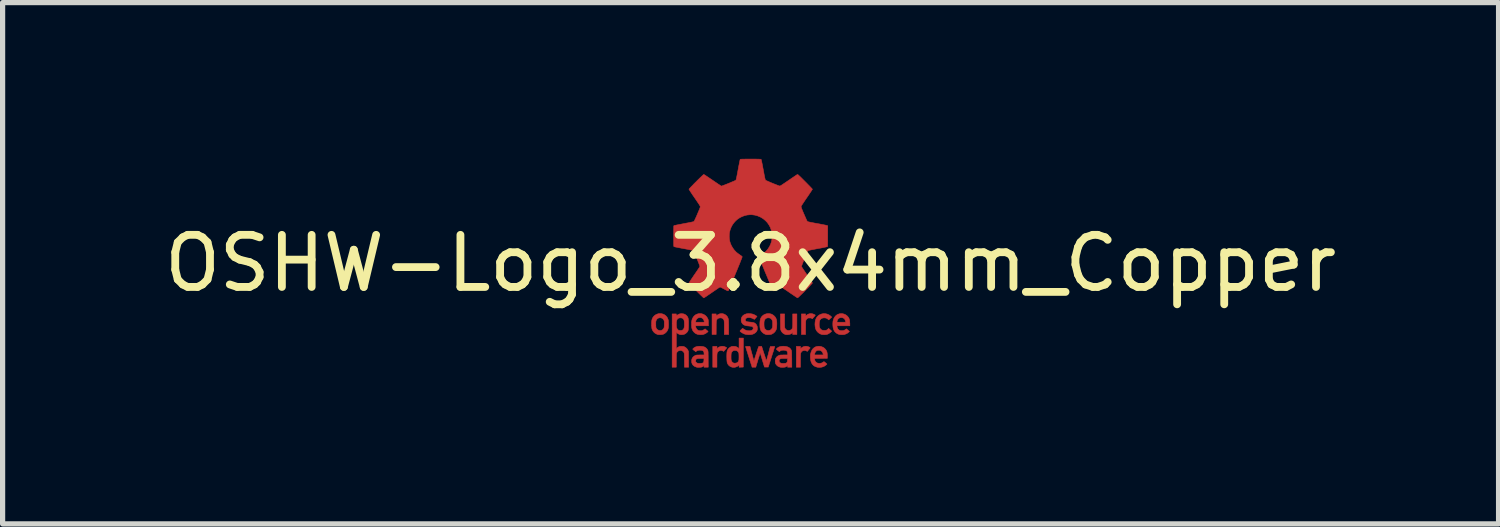
<source format=kicad_pcb>
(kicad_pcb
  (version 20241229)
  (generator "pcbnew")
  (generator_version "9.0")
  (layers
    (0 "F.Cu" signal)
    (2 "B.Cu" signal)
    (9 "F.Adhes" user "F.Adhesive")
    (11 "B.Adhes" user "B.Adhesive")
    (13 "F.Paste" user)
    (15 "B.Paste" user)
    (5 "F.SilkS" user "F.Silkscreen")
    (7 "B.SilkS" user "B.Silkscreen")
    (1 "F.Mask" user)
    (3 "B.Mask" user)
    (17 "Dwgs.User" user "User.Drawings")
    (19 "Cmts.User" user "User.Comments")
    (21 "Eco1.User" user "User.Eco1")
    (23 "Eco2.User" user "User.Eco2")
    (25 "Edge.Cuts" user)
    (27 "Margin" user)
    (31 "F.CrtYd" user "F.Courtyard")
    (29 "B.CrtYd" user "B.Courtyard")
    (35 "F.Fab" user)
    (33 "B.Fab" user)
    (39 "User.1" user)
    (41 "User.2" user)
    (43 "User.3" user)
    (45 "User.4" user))
  (footprint "OSHW-Logo_3.8x4mm_Copper"
    (layer "F.Cu")
    (at 11.363 2.005)
    (property "Reference" "OSHW-Logo_3.8x4mm_Copper" (at 0 0 0) (layer "F.SilkS") (effects (font (size 1 1) (thickness 0.15))))
    (attr exclude_from_pos_files exclude_from_bom)
    (fp_poly (pts (xy 1.082 1.595) (xy 1.109 1.603) (xy 1.115 1.605) (xy 1.13 1.612) (xy 1.139 1.618) (xy 1.143 1.623) (xy 1.142 1.629) (xy 1.136 1.637) (xy 1.129 1.645) (xy 1.119 1.657) (xy 1.108 1.67) (xy 1.101 1.679) (xy 1.089 1.693) (xy 1.075 1.685) (xy 1.054 1.676) (xy 1.032 1.674) (xy 1.011 1.678) (xy 0.992 1.687) (xy 0.977 1.701) (xy 0.966 1.719) (xy 0.962 1.73) (xy 0.961 1.738) (xy 0.96 1.754) (xy 0.959 1.776) (xy 0.959 1.804) (xy 0.958 1.837) (xy 0.958 1.871) (xy 0.958 1.996) (xy 0.878 1.996) (xy 0.878 1.597) (xy 0.958 1.597) (xy 0.958 1.641) (xy 0.977 1.625) (xy 1 1.609) (xy 1.026 1.599) (xy 1.054 1.594) (xy 1.082 1.595)) (stroke (width 0.01) (type solid)) (fill yes) (layer "F.Cu"))
    (fp_poly (pts (xy -0.526 1.595) (xy -0.498 1.601) (xy -0.476 1.612) (xy -0.457 1.623) (xy -0.476 1.645) (xy -0.486 1.658) (xy -0.497 1.67) (xy -0.505 1.679) (xy -0.505 1.68) (xy -0.516 1.692) (xy -0.53 1.685) (xy -0.552 1.676) (xy -0.574 1.674) (xy -0.596 1.679) (xy -0.616 1.69) (xy -0.621 1.694) (xy -0.627 1.7) (xy -0.632 1.705) (xy -0.636 1.712) (xy -0.639 1.72) (xy -0.642 1.73) (xy -0.644 1.744) (xy -0.645 1.761) (xy -0.646 1.782) (xy -0.646 1.809) (xy -0.646 1.841) (xy -0.646 1.868) (xy -0.646 1.996) (xy -0.726 1.996) (xy -0.726 1.597) (xy -0.646 1.597) (xy -0.646 1.641) (xy -0.633 1.628) (xy -0.611 1.612) (xy -0.586 1.601) (xy -0.558 1.595) (xy -0.556 1.594) (xy -0.526 1.595)) (stroke (width 0.01) (type solid)) (fill yes) (layer "F.Cu"))
    (fp_poly (pts (xy 1.183 0.969) (xy 1.213 0.979) (xy 1.242 0.995) (xy 1.243 0.995) (xy 1.242 0.999) (xy 1.237 1.006) (xy 1.229 1.017) (xy 1.218 1.03) (xy 1.216 1.032) (xy 1.186 1.067) (xy 1.175 1.059) (xy 1.168 1.055) (xy 1.159 1.052) (xy 1.148 1.051) (xy 1.134 1.051) (xy 1.118 1.051) (xy 1.108 1.052) (xy 1.099 1.055) (xy 1.091 1.06) (xy 1.09 1.061) (xy 1.076 1.074) (xy 1.067 1.088) (xy 1.064 1.092) (xy 1.063 1.097) (xy 1.061 1.102) (xy 1.06 1.109) (xy 1.059 1.118) (xy 1.058 1.131) (xy 1.058 1.147) (xy 1.058 1.167) (xy 1.057 1.194) (xy 1.057 1.226) (xy 1.057 1.237) (xy 1.056 1.368) (xy 0.976 1.368) (xy 0.976 0.973) (xy 1.056 0.973) (xy 1.056 1.013) (xy 1.073 0.999) (xy 1.098 0.981) (xy 1.125 0.971) (xy 1.153 0.967) (xy 1.183 0.969)) (stroke (width 0.01) (type solid)) (fill yes) (layer "F.Cu"))
    (fp_poly (pts (xy -0.537 0.968) (xy -0.509 0.976) (xy -0.483 0.99) (xy -0.467 1.002) (xy -0.447 1.024) (xy -0.434 1.05) (xy -0.425 1.079) (xy -0.425 1.084) (xy -0.424 1.094) (xy -0.423 1.109) (xy -0.422 1.13) (xy -0.422 1.155) (xy -0.421 1.183) (xy -0.421 1.214) (xy -0.421 1.239) (xy -0.421 1.368) (xy -0.505 1.368) (xy -0.505 1.24) (xy -0.505 1.204) (xy -0.505 1.174) (xy -0.505 1.151) (xy -0.506 1.132) (xy -0.507 1.117) (xy -0.508 1.105) (xy -0.51 1.096) (xy -0.513 1.089) (xy -0.516 1.083) (xy -0.52 1.077) (xy -0.522 1.075) (xy -0.536 1.061) (xy -0.553 1.053) (xy -0.575 1.049) (xy -0.586 1.05) (xy -0.608 1.053) (xy -0.626 1.06) (xy -0.64 1.072) (xy -0.645 1.079) (xy -0.649 1.086) (xy -0.652 1.093) (xy -0.655 1.102) (xy -0.657 1.113) (xy -0.658 1.127) (xy -0.659 1.145) (xy -0.66 1.168) (xy -0.66 1.196) (xy -0.66 1.23) (xy -0.66 1.246) (xy -0.661 1.368) (xy -0.74 1.368) (xy -0.74 0.973) (xy -0.661 0.973) (xy -0.661 1.014) (xy -0.646 1.001) (xy -0.622 0.983) (xy -0.595 0.972) (xy -0.566 0.967) (xy -0.537 0.968)) (stroke (width 0.01) (type solid)) (fill yes) (layer "F.Cu"))
    (fp_poly (pts (xy 0.653 1.099) (xy 0.653 1.134) (xy 0.654 1.166) (xy 0.654 1.192) (xy 0.655 1.214) (xy 0.656 1.229) (xy 0.657 1.238) (xy 0.657 1.239) (xy 0.666 1.258) (xy 0.68 1.273) (xy 0.697 1.284) (xy 0.717 1.29) (xy 0.738 1.291) (xy 0.758 1.287) (xy 0.778 1.277) (xy 0.787 1.269) (xy 0.792 1.264) (xy 0.797 1.257) (xy 0.801 1.25) (xy 0.804 1.241) (xy 0.806 1.23) (xy 0.807 1.215) (xy 0.808 1.196) (xy 0.809 1.172) (xy 0.809 1.143) (xy 0.809 1.107) (xy 0.809 1.097) (xy 0.809 0.973) (xy 0.889 0.973) (xy 0.889 1.368) (xy 0.809 1.368) (xy 0.809 1.328) (xy 0.794 1.341) (xy 0.776 1.355) (xy 0.757 1.364) (xy 0.736 1.369) (xy 0.713 1.371) (xy 0.693 1.371) (xy 0.678 1.37) (xy 0.665 1.367) (xy 0.662 1.366) (xy 0.635 1.352) (xy 0.612 1.334) (xy 0.594 1.311) (xy 0.581 1.285) (xy 0.579 1.279) (xy 0.577 1.273) (xy 0.576 1.264) (xy 0.575 1.253) (xy 0.575 1.237) (xy 0.574 1.217) (xy 0.574 1.191) (xy 0.574 1.16) (xy 0.573 1.122) (xy 0.573 1.117) (xy 0.573 0.973) (xy 0.653 0.973) (xy 0.653 1.099)) (stroke (width 0.01) (type solid)) (fill yes) (layer "F.Cu"))
    (fp_poly (pts (xy 1.335 1.595) (xy 1.366 1.603) (xy 1.396 1.616) (xy 1.422 1.635) (xy 1.443 1.659) (xy 1.448 1.666) (xy 1.458 1.684) (xy 1.466 1.702) (xy 1.47 1.723) (xy 1.473 1.747) (xy 1.474 1.776) (xy 1.474 1.826) (xy 1.229 1.828) (xy 1.23 1.842) (xy 1.234 1.865) (xy 1.243 1.884) (xy 1.25 1.893) (xy 1.267 1.909) (xy 1.289 1.918) (xy 1.313 1.923) (xy 1.338 1.922) (xy 1.363 1.916) (xy 1.386 1.904) (xy 1.392 1.9) (xy 1.399 1.894) (xy 1.405 1.891) (xy 1.409 1.89) (xy 1.415 1.892) (xy 1.423 1.898) (xy 1.434 1.907) (xy 1.444 1.916) (xy 1.467 1.936) (xy 1.448 1.954) (xy 1.421 1.974) (xy 1.391 1.988) (xy 1.357 1.997) (xy 1.322 2) (xy 1.286 1.997) (xy 1.27 1.993) (xy 1.238 1.982) (xy 1.211 1.965) (xy 1.189 1.943) (xy 1.172 1.916) (xy 1.159 1.883) (xy 1.151 1.845) (xy 1.148 1.815) (xy 1.148 1.772) (xy 1.15 1.76) (xy 1.226 1.76) (xy 1.395 1.76) (xy 1.393 1.744) (xy 1.386 1.72) (xy 1.374 1.7) (xy 1.358 1.685) (xy 1.339 1.674) (xy 1.317 1.67) (xy 1.313 1.67) (xy 1.288 1.672) (xy 1.268 1.68) (xy 1.252 1.694) (xy 1.239 1.714) (xy 1.231 1.74) (xy 1.229 1.749) (xy 1.226 1.76) (xy 1.15 1.76) (xy 1.154 1.733) (xy 1.164 1.698) (xy 1.179 1.667) (xy 1.198 1.641) (xy 1.222 1.62) (xy 1.249 1.605) (xy 1.268 1.599) (xy 1.302 1.594) (xy 1.335 1.595)) (stroke (width 0.01) (type solid)) (fill yes) (layer "F.Cu"))
    (fp_poly (pts (xy 1.436 0.968) (xy 1.47 0.976) (xy 1.503 0.99) (xy 1.532 1.01) (xy 1.539 1.016) (xy 1.559 1.034) (xy 1.53 1.061) (xy 1.501 1.088) (xy 1.485 1.074) (xy 1.467 1.061) (xy 1.45 1.053) (xy 1.43 1.05) (xy 1.415 1.049) (xy 1.397 1.05) (xy 1.382 1.053) (xy 1.37 1.058) (xy 1.352 1.068) (xy 1.339 1.081) (xy 1.329 1.097) (xy 1.323 1.118) (xy 1.319 1.145) (xy 1.318 1.162) (xy 1.318 1.191) (xy 1.32 1.214) (xy 1.325 1.233) (xy 1.333 1.249) (xy 1.339 1.258) (xy 1.353 1.273) (xy 1.371 1.283) (xy 1.393 1.289) (xy 1.416 1.29) (xy 1.438 1.289) (xy 1.456 1.285) (xy 1.472 1.276) (xy 1.487 1.263) (xy 1.487 1.263) (xy 1.499 1.251) (xy 1.52 1.27) (xy 1.531 1.28) (xy 1.542 1.289) (xy 1.549 1.296) (xy 1.549 1.297) (xy 1.557 1.305) (xy 1.537 1.324) (xy 1.52 1.338) (xy 1.5 1.351) (xy 1.489 1.357) (xy 1.476 1.363) (xy 1.466 1.367) (xy 1.456 1.369) (xy 1.444 1.37) (xy 1.427 1.371) (xy 1.421 1.371) (xy 1.403 1.371) (xy 1.386 1.37) (xy 1.373 1.369) (xy 1.367 1.368) (xy 1.338 1.357) (xy 1.31 1.34) (xy 1.29 1.323) (xy 1.27 1.3) (xy 1.255 1.274) (xy 1.245 1.245) (xy 1.239 1.212) (xy 1.236 1.174) (xy 1.236 1.171) (xy 1.239 1.128) (xy 1.247 1.089) (xy 1.26 1.056) (xy 1.279 1.028) (xy 1.303 1.004) (xy 1.332 0.986) (xy 1.334 0.985) (xy 1.367 0.973) (xy 1.402 0.967) (xy 1.436 0.968)) (stroke (width 0.01) (type solid)) (fill yes) (layer "F.Cu"))
    (fp_poly (pts (xy 1.77 0.969) (xy 1.802 0.978) (xy 1.831 0.993) (xy 1.858 1.014) (xy 1.862 1.019) (xy 1.878 1.038) (xy 1.89 1.059) (xy 1.898 1.083) (xy 1.903 1.111) (xy 1.905 1.145) (xy 1.906 1.156) (xy 1.906 1.201) (xy 1.659 1.201) (xy 1.659 1.21) (xy 1.661 1.224) (xy 1.666 1.241) (xy 1.674 1.257) (xy 1.679 1.265) (xy 1.694 1.28) (xy 1.714 1.29) (xy 1.736 1.295) (xy 1.761 1.295) (xy 1.785 1.291) (xy 1.808 1.282) (xy 1.826 1.27) (xy 1.84 1.259) (xy 1.869 1.284) (xy 1.898 1.308) (xy 1.883 1.324) (xy 1.864 1.34) (xy 1.84 1.354) (xy 1.813 1.364) (xy 1.808 1.366) (xy 1.791 1.37) (xy 1.769 1.371) (xy 1.745 1.372) (xy 1.722 1.37) (xy 1.703 1.367) (xy 1.699 1.366) (xy 1.669 1.355) (xy 1.642 1.337) (xy 1.619 1.315) (xy 1.602 1.289) (xy 1.6 1.284) (xy 1.59 1.258) (xy 1.583 1.228) (xy 1.58 1.194) (xy 1.579 1.16) (xy 1.581 1.127) (xy 1.581 1.124) (xy 1.659 1.124) (xy 1.661 1.128) (xy 1.667 1.13) (xy 1.677 1.132) (xy 1.691 1.132) (xy 1.712 1.132) (xy 1.738 1.132) (xy 1.742 1.132) (xy 1.826 1.132) (xy 1.824 1.119) (xy 1.82 1.104) (xy 1.814 1.088) (xy 1.807 1.074) (xy 1.801 1.066) (xy 1.786 1.055) (xy 1.767 1.047) (xy 1.746 1.044) (xy 1.725 1.045) (xy 1.706 1.051) (xy 1.703 1.052) (xy 1.685 1.065) (xy 1.671 1.084) (xy 1.664 1.102) (xy 1.661 1.112) (xy 1.659 1.119) (xy 1.659 1.124) (xy 1.581 1.124) (xy 1.584 1.105) (xy 1.594 1.072) (xy 1.609 1.042) (xy 1.628 1.016) (xy 1.651 0.995) (xy 1.672 0.983) (xy 1.704 0.971) (xy 1.737 0.967) (xy 1.77 0.969)) (stroke (width 0.01) (type solid)) (fill yes) (layer "F.Cu"))
    (fp_poly (pts (xy -0.946 0.968) (xy -0.917 0.976) (xy -0.889 0.989) (xy -0.864 1.007) (xy -0.842 1.03) (xy -0.825 1.058) (xy -0.824 1.06) (xy -0.819 1.07) (xy -0.816 1.079) (xy -0.813 1.087) (xy -0.812 1.097) (xy -0.811 1.109) (xy -0.81 1.125) (xy -0.81 1.144) (xy -0.809 1.201) (xy -1.057 1.201) (xy -1.055 1.217) (xy -1.048 1.24) (xy -1.037 1.261) (xy -1.022 1.277) (xy -1.015 1.283) (xy -1.004 1.289) (xy -0.995 1.292) (xy -0.983 1.294) (xy -0.967 1.295) (xy -0.951 1.296) (xy -0.939 1.295) (xy -0.929 1.292) (xy -0.917 1.287) (xy -0.916 1.287) (xy -0.903 1.28) (xy -0.891 1.273) (xy -0.885 1.269) (xy -0.874 1.259) (xy -0.856 1.275) (xy -0.844 1.285) (xy -0.833 1.294) (xy -0.826 1.3) (xy -0.815 1.31) (xy -0.832 1.326) (xy -0.859 1.346) (xy -0.89 1.361) (xy -0.908 1.367) (xy -0.927 1.37) (xy -0.951 1.372) (xy -0.976 1.371) (xy -1 1.369) (xy -1.019 1.365) (xy -1.049 1.353) (xy -1.075 1.335) (xy -1.098 1.311) (xy -1.114 1.286) (xy -1.122 1.267) (xy -1.128 1.248) (xy -1.132 1.225) (xy -1.134 1.198) (xy -1.134 1.172) (xy -1.133 1.135) (xy -1.133 1.132) (xy -1.057 1.132) (xy -0.973 1.132) (xy -0.946 1.132) (xy -0.926 1.132) (xy -0.911 1.132) (xy -0.901 1.131) (xy -0.894 1.131) (xy -0.891 1.129) (xy -0.889 1.128) (xy -0.889 1.126) (xy -0.89 1.119) (xy -0.893 1.108) (xy -0.895 1.1) (xy -0.905 1.079) (xy -0.919 1.062) (xy -0.937 1.05) (xy -0.958 1.044) (xy -0.98 1.043) (xy -1.003 1.049) (xy -1.018 1.056) (xy -1.032 1.069) (xy -1.043 1.086) (xy -1.052 1.107) (xy -1.054 1.119) (xy -1.057 1.132) (xy -1.133 1.132) (xy -1.129 1.102) (xy -1.122 1.075) (xy -1.111 1.051) (xy -1.097 1.029) (xy -1.086 1.015) (xy -1.062 0.994) (xy -1.035 0.979) (xy -1.006 0.97) (xy -0.976 0.966) (xy -0.946 0.968)) (stroke (width 0.01) (type solid)) (fill yes) (layer "F.Cu"))
    (fp_poly (pts (xy -1.707 0.969) (xy -1.678 0.977) (xy -1.652 0.99) (xy -1.628 1.008) (xy -1.607 1.031) (xy -1.592 1.058) (xy -1.581 1.089) (xy -1.581 1.091) (xy -1.578 1.107) (xy -1.577 1.128) (xy -1.576 1.153) (xy -1.575 1.178) (xy -1.576 1.203) (xy -1.577 1.225) (xy -1.579 1.241) (xy -1.588 1.272) (xy -1.602 1.301) (xy -1.622 1.326) (xy -1.646 1.347) (xy -1.674 1.362) (xy -1.688 1.366) (xy -1.704 1.369) (xy -1.724 1.371) (xy -1.745 1.372) (xy -1.765 1.371) (xy -1.782 1.368) (xy -1.788 1.367) (xy -1.819 1.353) (xy -1.846 1.335) (xy -1.868 1.311) (xy -1.885 1.283) (xy -1.893 1.263) (xy -1.896 1.249) (xy -1.898 1.229) (xy -1.9 1.206) (xy -1.901 1.181) (xy -1.901 1.169) (xy -1.82 1.169) (xy -1.82 1.192) (xy -1.819 1.21) (xy -1.818 1.223) (xy -1.817 1.233) (xy -1.814 1.241) (xy -1.814 1.242) (xy -1.802 1.262) (xy -1.786 1.277) (xy -1.766 1.287) (xy -1.744 1.292) (xy -1.719 1.29) (xy -1.712 1.288) (xy -1.696 1.281) (xy -1.68 1.268) (xy -1.668 1.252) (xy -1.663 1.242) (xy -1.661 1.234) (xy -1.659 1.224) (xy -1.658 1.212) (xy -1.657 1.196) (xy -1.657 1.174) (xy -1.657 1.167) (xy -1.657 1.145) (xy -1.657 1.128) (xy -1.658 1.116) (xy -1.659 1.108) (xy -1.661 1.101) (xy -1.664 1.094) (xy -1.665 1.092) (xy -1.679 1.072) (xy -1.697 1.058) (xy -1.718 1.049) (xy -1.741 1.047) (xy -1.755 1.049) (xy -1.775 1.055) (xy -1.791 1.065) (xy -1.803 1.08) (xy -1.809 1.091) (xy -1.813 1.099) (xy -1.816 1.107) (xy -1.818 1.114) (xy -1.819 1.124) (xy -1.82 1.136) (xy -1.82 1.154) (xy -1.82 1.169) (xy -1.901 1.169) (xy -1.902 1.155) (xy -1.901 1.132) (xy -1.899 1.112) (xy -1.898 1.104) (xy -1.891 1.072) (xy -1.878 1.044) (xy -1.859 1.019) (xy -1.851 1.011) (xy -1.825 0.991) (xy -1.797 0.977) (xy -1.767 0.968) (xy -1.737 0.966) (xy -1.707 0.969)) (stroke (width 0.01) (type solid)) (fill yes) (layer "F.Cu"))
    (fp_poly (pts (xy 0.367 0.968) (xy 0.399 0.976) (xy 0.428 0.991) (xy 0.454 1.012) (xy 0.46 1.018) (xy 0.475 1.036) (xy 0.486 1.055) (xy 0.495 1.076) (xy 0.5 1.101) (xy 0.503 1.13) (xy 0.504 1.164) (xy 0.503 1.189) (xy 0.502 1.218) (xy 0.5 1.241) (xy 0.496 1.26) (xy 0.491 1.276) (xy 0.484 1.291) (xy 0.478 1.301) (xy 0.457 1.327) (xy 0.431 1.348) (xy 0.411 1.359) (xy 0.399 1.364) (xy 0.389 1.367) (xy 0.378 1.369) (xy 0.364 1.37) (xy 0.347 1.371) (xy 0.327 1.371) (xy 0.312 1.371) (xy 0.3 1.369) (xy 0.289 1.366) (xy 0.285 1.365) (xy 0.257 1.352) (xy 0.233 1.334) (xy 0.219 1.32) (xy 0.206 1.304) (xy 0.195 1.287) (xy 0.188 1.267) (xy 0.182 1.244) (xy 0.179 1.217) (xy 0.178 1.185) (xy 0.178 1.171) (xy 0.178 1.166) (xy 0.258 1.166) (xy 0.258 1.181) (xy 0.259 1.201) (xy 0.26 1.216) (xy 0.262 1.227) (xy 0.264 1.236) (xy 0.267 1.244) (xy 0.269 1.249) (xy 0.283 1.268) (xy 0.3 1.282) (xy 0.321 1.29) (xy 0.344 1.292) (xy 0.368 1.287) (xy 0.371 1.287) (xy 0.39 1.276) (xy 0.406 1.26) (xy 0.416 1.242) (xy 0.419 1.233) (xy 0.421 1.223) (xy 0.422 1.211) (xy 0.423 1.193) (xy 0.423 1.17) (xy 0.423 1.169) (xy 0.423 1.147) (xy 0.422 1.13) (xy 0.421 1.118) (xy 0.42 1.109) (xy 0.417 1.102) (xy 0.414 1.094) (xy 0.402 1.074) (xy 0.387 1.06) (xy 0.367 1.051) (xy 0.343 1.048) (xy 0.339 1.048) (xy 0.315 1.051) (xy 0.295 1.06) (xy 0.278 1.075) (xy 0.267 1.096) (xy 0.261 1.113) (xy 0.259 1.127) (xy 0.258 1.145) (xy 0.258 1.166) (xy 0.178 1.166) (xy 0.179 1.134) (xy 0.182 1.104) (xy 0.187 1.079) (xy 0.194 1.057) (xy 0.205 1.038) (xy 0.218 1.02) (xy 0.226 1.012) (xy 0.251 0.992) (xy 0.28 0.978) (xy 0.311 0.969) (xy 0.345 0.966) (xy 0.367 0.968)) (stroke (width 0.01) (type solid)) (fill yes) (layer "F.Cu"))
    (fp_poly (pts (xy -0.139 1.716) (xy -0.14 1.994) (xy -0.221 1.997) (xy -0.221 1.956) (xy -0.235 1.967) (xy -0.257 1.983) (xy -0.283 1.993) (xy -0.311 1.999) (xy -0.339 1.999) (xy -0.365 1.993) (xy -0.365 1.993) (xy -0.393 1.981) (xy -0.416 1.963) (xy -0.428 1.949) (xy -0.436 1.938) (xy -0.442 1.927) (xy -0.447 1.915) (xy -0.451 1.901) (xy -0.453 1.883) (xy -0.455 1.861) (xy -0.456 1.834) (xy -0.456 1.82) (xy -0.457 1.801) (xy -0.375 1.801) (xy -0.375 1.823) (xy -0.374 1.843) (xy -0.372 1.858) (xy -0.371 1.864) (xy -0.363 1.884) (xy -0.35 1.901) (xy -0.334 1.912) (xy -0.328 1.915) (xy -0.31 1.919) (xy -0.289 1.918) (xy -0.268 1.913) (xy -0.258 1.909) (xy -0.246 1.9) (xy -0.237 1.888) (xy -0.233 1.88) (xy -0.23 1.873) (xy -0.227 1.866) (xy -0.225 1.859) (xy -0.224 1.849) (xy -0.224 1.837) (xy -0.223 1.82) (xy -0.223 1.797) (xy -0.223 1.797) (xy -0.223 1.773) (xy -0.224 1.756) (xy -0.224 1.743) (xy -0.225 1.733) (xy -0.227 1.726) (xy -0.23 1.719) (xy -0.231 1.716) (xy -0.238 1.704) (xy -0.246 1.694) (xy -0.249 1.69) (xy -0.263 1.681) (xy -0.282 1.676) (xy -0.303 1.674) (xy -0.323 1.677) (xy -0.338 1.683) (xy -0.351 1.693) (xy -0.362 1.708) (xy -0.37 1.726) (xy -0.371 1.728) (xy -0.373 1.74) (xy -0.374 1.757) (xy -0.375 1.778) (xy -0.375 1.801) (xy -0.457 1.801) (xy -0.457 1.778) (xy -0.456 1.742) (xy -0.454 1.712) (xy -0.45 1.689) (xy -0.445 1.671) (xy -0.443 1.669) (xy -0.43 1.646) (xy -0.411 1.626) (xy -0.387 1.61) (xy -0.382 1.607) (xy -0.369 1.601) (xy -0.359 1.598) (xy -0.348 1.596) (xy -0.334 1.595) (xy -0.325 1.595) (xy -0.308 1.596) (xy -0.295 1.597) (xy -0.284 1.6) (xy -0.272 1.604) (xy -0.271 1.605) (xy -0.257 1.613) (xy -0.243 1.621) (xy -0.236 1.626) (xy -0.221 1.638) (xy -0.221 1.437) (xy -0.138 1.437) (xy -0.139 1.716)) (stroke (width 0.01) (type solid)) (fill yes) (layer "F.Cu"))
    (fp_poly (pts (xy -0.011 0.968) (xy -0.001 0.969) (xy 0.031 0.974) (xy 0.059 0.983) (xy 0.085 0.996) (xy 0.099 1.004) (xy 0.124 1.02) (xy 0.103 1.045) (xy 0.093 1.056) (xy 0.085 1.066) (xy 0.079 1.072) (xy 0.078 1.074) (xy 0.075 1.076) (xy 0.069 1.075) (xy 0.06 1.071) (xy 0.05 1.065) (xy 0.025 1.054) (xy -0.002 1.046) (xy -0.027 1.043) (xy -0.05 1.044) (xy -0.071 1.049) (xy -0.087 1.058) (xy -0.092 1.063) (xy -0.099 1.075) (xy -0.101 1.089) (xy -0.098 1.102) (xy -0.096 1.105) (xy -0.09 1.113) (xy -0.081 1.118) (xy -0.069 1.122) (xy -0.051 1.125) (xy -0.028 1.128) (xy -0.017 1.129) (xy 0.013 1.132) (xy 0.037 1.135) (xy 0.056 1.139) (xy 0.072 1.145) (xy 0.085 1.152) (xy 0.096 1.162) (xy 0.105 1.171) (xy 0.118 1.19) (xy 0.127 1.212) (xy 0.13 1.238) (xy 0.131 1.247) (xy 0.13 1.263) (xy 0.128 1.279) (xy 0.125 1.289) (xy 0.114 1.311) (xy 0.097 1.33) (xy 0.074 1.347) (xy 0.047 1.36) (xy 0.027 1.366) (xy 0.005 1.37) (xy -0.021 1.372) (xy -0.049 1.371) (xy -0.075 1.369) (xy -0.097 1.365) (xy -0.12 1.358) (xy -0.141 1.348) (xy -0.163 1.336) (xy -0.174 1.328) (xy -0.189 1.318) (xy -0.199 1.31) (xy -0.202 1.304) (xy -0.201 1.297) (xy -0.194 1.288) (xy -0.182 1.276) (xy -0.18 1.274) (xy -0.153 1.248) (xy -0.131 1.265) (xy -0.103 1.281) (xy -0.073 1.292) (xy -0.039 1.296) (xy -0.029 1.297) (xy -0.003 1.295) (xy 0.017 1.29) (xy 0.033 1.282) (xy 0.042 1.273) (xy 0.049 1.259) (xy 0.051 1.245) (xy 0.046 1.231) (xy 0.037 1.22) (xy 0.023 1.213) (xy 0.022 1.213) (xy 0.014 1.211) (xy -0.001 1.209) (xy -0.018 1.207) (xy -0.036 1.205) (xy -0.064 1.202) (xy -0.086 1.199) (xy -0.104 1.194) (xy -0.119 1.188) (xy -0.133 1.181) (xy -0.136 1.179) (xy -0.156 1.162) (xy -0.17 1.14) (xy -0.179 1.114) (xy -0.181 1.088) (xy -0.178 1.06) (xy -0.169 1.035) (xy -0.154 1.013) (xy -0.133 0.995) (xy -0.108 0.981) (xy -0.079 0.971) (xy -0.047 0.967) (xy -0.011 0.968)) (stroke (width 0.01) (type solid)) (fill yes) (layer "F.Cu"))
    (fp_poly (pts (xy -0.952 1.595) (xy -0.922 1.598) (xy -0.894 1.605) (xy -0.877 1.612) (xy -0.857 1.626) (xy -0.839 1.644) (xy -0.826 1.664) (xy -0.823 1.67) (xy -0.821 1.675) (xy -0.819 1.68) (xy -0.818 1.686) (xy -0.817 1.693) (xy -0.816 1.702) (xy -0.815 1.715) (xy -0.815 1.731) (xy -0.815 1.751) (xy -0.814 1.777) (xy -0.814 1.808) (xy -0.814 1.843) (xy -0.813 1.996) (xy -0.893 1.996) (xy -0.893 1.977) (xy -0.893 1.958) (xy -0.902 1.97) (xy -0.914 1.982) (xy -0.93 1.99) (xy -0.95 1.996) (xy -0.976 1.998) (xy -0.984 1.999) (xy -1.009 1.999) (xy -1.029 1.997) (xy -1.042 1.994) (xy -1.07 1.983) (xy -1.094 1.967) (xy -1.106 1.955) (xy -1.12 1.935) (xy -1.129 1.912) (xy -1.132 1.885) (xy -1.132 1.877) (xy -1.132 1.876) (xy -1.056 1.876) (xy -1.053 1.892) (xy -1.043 1.905) (xy -1.028 1.916) (xy -1.022 1.918) (xy -1.009 1.921) (xy -0.992 1.923) (xy -0.973 1.923) (xy -0.954 1.922) (xy -0.936 1.92) (xy -0.923 1.917) (xy -0.919 1.915) (xy -0.909 1.908) (xy -0.902 1.898) (xy -0.898 1.883) (xy -0.896 1.864) (xy -0.896 1.858) (xy -0.895 1.828) (xy -0.953 1.828) (xy -0.984 1.828) (xy -1.008 1.83) (xy -1.027 1.834) (xy -1.04 1.839) (xy -1.049 1.847) (xy -1.054 1.858) (xy -1.056 1.871) (xy -1.056 1.876) (xy -1.132 1.876) (xy -1.129 1.847) (xy -1.12 1.822) (xy -1.104 1.8) (xy -1.082 1.782) (xy -1.064 1.772) (xy -1.057 1.769) (xy -1.05 1.766) (xy -1.042 1.764) (xy -1.033 1.763) (xy -1.021 1.762) (xy -1.004 1.762) (xy -0.982 1.761) (xy -0.968 1.761) (xy -0.892 1.76) (xy -0.894 1.731) (xy -0.896 1.71) (xy -0.902 1.695) (xy -0.91 1.684) (xy -0.923 1.677) (xy -0.941 1.672) (xy -0.964 1.67) (xy -0.989 1.67) (xy -1.009 1.673) (xy -1.025 1.678) (xy -1.039 1.687) (xy -1.04 1.688) (xy -1.052 1.699) (xy -1.081 1.676) (xy -1.094 1.667) (xy -1.103 1.658) (xy -1.109 1.652) (xy -1.111 1.65) (xy -1.108 1.644) (xy -1.1 1.636) (xy -1.09 1.627) (xy -1.077 1.618) (xy -1.065 1.611) (xy -1.064 1.61) (xy -1.041 1.602) (xy -1.014 1.596) (xy -0.983 1.594) (xy -0.952 1.595)) (stroke (width 0.01) (type solid)) (fill yes) (layer "F.Cu"))
    (fp_poly (pts (xy 0.025 1.735) (xy 0.034 1.765) (xy 0.041 1.793) (xy 0.048 1.818) (xy 0.054 1.839) (xy 0.059 1.856) (xy 0.062 1.867) (xy 0.064 1.873) (xy 0.064 1.873) (xy 0.065 1.87) (xy 0.069 1.86) (xy 0.074 1.845) (xy 0.08 1.826) (xy 0.088 1.802) (xy 0.097 1.776) (xy 0.106 1.747) (xy 0.107 1.743) (xy 0.117 1.714) (xy 0.126 1.686) (xy 0.134 1.661) (xy 0.141 1.64) (xy 0.147 1.623) (xy 0.15 1.611) (xy 0.152 1.605) (xy 0.153 1.605) (xy 0.155 1.601) (xy 0.159 1.599) (xy 0.166 1.597) (xy 0.178 1.597) (xy 0.184 1.597) (xy 0.213 1.597) (xy 0.252 1.718) (xy 0.262 1.747) (xy 0.271 1.774) (xy 0.279 1.799) (xy 0.286 1.821) (xy 0.291 1.839) (xy 0.295 1.851) (xy 0.297 1.856) (xy 0.3 1.865) (xy 0.303 1.871) (xy 0.304 1.872) (xy 0.305 1.868) (xy 0.308 1.858) (xy 0.313 1.842) (xy 0.318 1.822) (xy 0.325 1.798) (xy 0.333 1.771) (xy 0.341 1.741) (xy 0.342 1.734) (xy 0.379 1.599) (xy 0.422 1.598) (xy 0.439 1.598) (xy 0.452 1.598) (xy 0.461 1.599) (xy 0.464 1.6) (xy 0.463 1.604) (xy 0.46 1.614) (xy 0.455 1.63) (xy 0.449 1.65) (xy 0.441 1.676) (xy 0.432 1.705) (xy 0.421 1.737) (xy 0.41 1.772) (xy 0.402 1.798) (xy 0.339 1.994) (xy 0.267 1.994) (xy 0.226 1.859) (xy 0.217 1.829) (xy 0.209 1.801) (xy 0.201 1.776) (xy 0.195 1.755) (xy 0.19 1.739) (xy 0.186 1.728) (xy 0.184 1.722) (xy 0.184 1.722) (xy 0.183 1.725) (xy 0.18 1.734) (xy 0.175 1.749) (xy 0.169 1.768) (xy 0.162 1.792) (xy 0.153 1.819) (xy 0.144 1.848) (xy 0.141 1.858) (xy 0.1 1.996) (xy 0.029 1.996) (xy 0.019 1.963) (xy 0.015 1.952) (xy 0.01 1.936) (xy 0.003 1.914) (xy -0.005 1.888) (xy -0.015 1.859) (xy -0.025 1.827) (xy -0.035 1.794) (xy -0.044 1.768) (xy -0.054 1.735) (xy -0.064 1.704) (xy -0.073 1.676) (xy -0.081 1.652) (xy -0.087 1.631) (xy -0.092 1.616) (xy -0.096 1.606) (xy -0.097 1.602) (xy -0.096 1.6) (xy -0.092 1.598) (xy -0.083 1.597) (xy -0.068 1.597) (xy -0.056 1.597) (xy -0.012 1.597) (xy 0.025 1.735)) (stroke (width 0.01) (type solid)) (fill yes) (layer "F.Cu"))
    (fp_poly (pts (xy 0.668 1.596) (xy 0.702 1.603) (xy 0.731 1.615) (xy 0.755 1.631) (xy 0.773 1.653) (xy 0.781 1.668) (xy 0.783 1.672) (xy 0.785 1.677) (xy 0.786 1.682) (xy 0.787 1.689) (xy 0.788 1.697) (xy 0.789 1.709) (xy 0.789 1.724) (xy 0.79 1.744) (xy 0.79 1.768) (xy 0.79 1.798) (xy 0.791 1.835) (xy 0.791 1.841) (xy 0.792 1.996) (xy 0.711 1.996) (xy 0.711 1.959) (xy 0.699 1.972) (xy 0.688 1.983) (xy 0.675 1.99) (xy 0.66 1.995) (xy 0.641 1.997) (xy 0.621 1.999) (xy 0.603 1.999) (xy 0.587 1.998) (xy 0.575 1.997) (xy 0.57 1.996) (xy 0.54 1.986) (xy 0.514 1.97) (xy 0.494 1.949) (xy 0.483 1.933) (xy 0.479 1.924) (xy 0.476 1.915) (xy 0.474 1.905) (xy 0.474 1.891) (xy 0.474 1.878) (xy 0.474 1.878) (xy 0.548 1.878) (xy 0.552 1.893) (xy 0.562 1.906) (xy 0.577 1.916) (xy 0.583 1.918) (xy 0.594 1.921) (xy 0.61 1.923) (xy 0.629 1.923) (xy 0.648 1.922) (xy 0.666 1.921) (xy 0.679 1.918) (xy 0.684 1.916) (xy 0.695 1.908) (xy 0.703 1.896) (xy 0.707 1.88) (xy 0.709 1.858) (xy 0.71 1.828) (xy 0.652 1.828) (xy 0.625 1.828) (xy 0.604 1.829) (xy 0.588 1.831) (xy 0.576 1.834) (xy 0.567 1.839) (xy 0.56 1.845) (xy 0.557 1.848) (xy 0.549 1.862) (xy 0.548 1.878) (xy 0.474 1.878) (xy 0.474 1.861) (xy 0.475 1.849) (xy 0.477 1.84) (xy 0.48 1.831) (xy 0.484 1.823) (xy 0.499 1.801) (xy 0.518 1.784) (xy 0.541 1.772) (xy 0.548 1.769) (xy 0.554 1.766) (xy 0.562 1.764) (xy 0.571 1.763) (xy 0.584 1.762) (xy 0.601 1.762) (xy 0.623 1.761) (xy 0.636 1.761) (xy 0.711 1.76) (xy 0.711 1.735) (xy 0.71 1.714) (xy 0.704 1.697) (xy 0.695 1.685) (xy 0.68 1.677) (xy 0.659 1.672) (xy 0.641 1.67) (xy 0.616 1.67) (xy 0.595 1.673) (xy 0.579 1.678) (xy 0.566 1.687) (xy 0.565 1.688) (xy 0.553 1.698) (xy 0.523 1.676) (xy 0.511 1.667) (xy 0.501 1.658) (xy 0.495 1.652) (xy 0.494 1.65) (xy 0.497 1.644) (xy 0.504 1.636) (xy 0.515 1.626) (xy 0.528 1.618) (xy 0.54 1.61) (xy 0.542 1.609) (xy 0.569 1.6) (xy 0.598 1.595) (xy 0.628 1.593) (xy 0.668 1.596)) (stroke (width 0.01) (type solid)) (fill yes) (layer "F.Cu"))
    (fp_poly (pts (xy -1.293 0.971) (xy -1.266 0.979) (xy -1.243 0.993) (xy -1.235 1) (xy -1.223 1.012) (xy -1.213 1.024) (xy -1.206 1.037) (xy -1.2 1.052) (xy -1.196 1.071) (xy -1.193 1.093) (xy -1.191 1.119) (xy -1.191 1.152) (xy -1.191 1.186) (xy -1.192 1.218) (xy -1.193 1.244) (xy -1.195 1.264) (xy -1.197 1.281) (xy -1.201 1.294) (xy -1.206 1.305) (xy -1.213 1.315) (xy -1.221 1.326) (xy -1.227 1.332) (xy -1.249 1.351) (xy -1.272 1.363) (xy -1.299 1.37) (xy -1.316 1.371) (xy -1.343 1.371) (xy -1.365 1.366) (xy -1.386 1.357) (xy -1.405 1.344) (xy -1.426 1.328) (xy -1.426 1.638) (xy -1.413 1.626) (xy -1.402 1.618) (xy -1.388 1.609) (xy -1.379 1.605) (xy -1.368 1.6) (xy -1.358 1.597) (xy -1.345 1.596) (xy -1.329 1.595) (xy -1.325 1.595) (xy -1.307 1.596) (xy -1.294 1.597) (xy -1.284 1.599) (xy -1.273 1.603) (xy -1.27 1.605) (xy -1.244 1.62) (xy -1.222 1.641) (xy -1.206 1.664) (xy -1.203 1.671) (xy -1.192 1.693) (xy -1.191 1.845) (xy -1.19 1.996) (xy -1.27 1.996) (xy -1.271 1.863) (xy -1.271 1.828) (xy -1.272 1.8) (xy -1.272 1.778) (xy -1.272 1.76) (xy -1.273 1.747) (xy -1.274 1.737) (xy -1.275 1.729) (xy -1.276 1.724) (xy -1.278 1.719) (xy -1.28 1.715) (xy -1.28 1.714) (xy -1.294 1.696) (xy -1.311 1.684) (xy -1.33 1.676) (xy -1.35 1.674) (xy -1.371 1.678) (xy -1.39 1.686) (xy -1.406 1.7) (xy -1.416 1.714) (xy -1.419 1.718) (xy -1.42 1.723) (xy -1.422 1.728) (xy -1.423 1.735) (xy -1.424 1.744) (xy -1.424 1.757) (xy -1.425 1.773) (xy -1.425 1.794) (xy -1.425 1.821) (xy -1.426 1.854) (xy -1.426 1.863) (xy -1.427 1.996) (xy -1.506 1.996) (xy -1.506 1.159) (xy -1.426 1.159) (xy -1.425 1.182) (xy -1.424 1.205) (xy -1.422 1.226) (xy -1.419 1.242) (xy -1.417 1.245) (xy -1.409 1.261) (xy -1.398 1.275) (xy -1.384 1.285) (xy -1.377 1.288) (xy -1.36 1.291) (xy -1.34 1.291) (xy -1.322 1.289) (xy -1.312 1.285) (xy -1.298 1.277) (xy -1.287 1.264) (xy -1.279 1.248) (xy -1.274 1.227) (xy -1.271 1.2) (xy -1.271 1.167) (xy -1.271 1.158) (xy -1.272 1.133) (xy -1.274 1.115) (xy -1.276 1.102) (xy -1.278 1.092) (xy -1.279 1.091) (xy -1.289 1.072) (xy -1.302 1.06) (xy -1.319 1.052) (xy -1.341 1.049) (xy -1.349 1.049) (xy -1.372 1.051) (xy -1.391 1.059) (xy -1.405 1.071) (xy -1.415 1.089) (xy -1.422 1.114) (xy -1.423 1.12) (xy -1.425 1.138) (xy -1.426 1.159) (xy -1.506 1.159) (xy -1.506 0.973) (xy -1.426 0.973) (xy -1.426 1.01) (xy -1.408 0.996) (xy -1.384 0.981) (xy -1.361 0.972) (xy -1.335 0.968) (xy -1.323 0.968) (xy -1.293 0.971)) (stroke (width 0.01) (type solid)) (fill yes) (layer "F.Cu"))
    (fp_poly (pts (xy 0.044 -2) (xy 0.082 -2) (xy 0.113 -2) (xy 0.139 -1.999) (xy 0.16 -1.999) (xy 0.176 -1.998) (xy 0.187 -1.998) (xy 0.195 -1.997) (xy 0.2 -1.996) (xy 0.201 -1.995) (xy 0.203 -1.993) (xy 0.205 -1.988) (xy 0.207 -1.979) (xy 0.21 -1.966) (xy 0.214 -1.95) (xy 0.218 -1.928) (xy 0.224 -1.901) (xy 0.23 -1.869) (xy 0.237 -1.83) (xy 0.244 -1.796) (xy 0.252 -1.754) (xy 0.258 -1.717) (xy 0.264 -1.687) (xy 0.269 -1.663) (xy 0.273 -1.643) (xy 0.277 -1.627) (xy 0.279 -1.615) (xy 0.282 -1.607) (xy 0.284 -1.601) (xy 0.286 -1.597) (xy 0.288 -1.595) (xy 0.293 -1.592) (xy 0.304 -1.586) (xy 0.321 -1.579) (xy 0.341 -1.57) (xy 0.364 -1.56) (xy 0.389 -1.549) (xy 0.416 -1.538) (xy 0.443 -1.527) (xy 0.469 -1.517) (xy 0.494 -1.507) (xy 0.516 -1.498) (xy 0.535 -1.491) (xy 0.549 -1.486) (xy 0.559 -1.484) (xy 0.561 -1.483) (xy 0.565 -1.484) (xy 0.571 -1.487) (xy 0.579 -1.491) (xy 0.591 -1.498) (xy 0.607 -1.508) (xy 0.626 -1.521) (xy 0.65 -1.537) (xy 0.678 -1.556) (xy 0.712 -1.579) (xy 0.73 -1.591) (xy 0.76 -1.612) (xy 0.789 -1.632) (xy 0.816 -1.65) (xy 0.84 -1.666) (xy 0.86 -1.68) (xy 0.877 -1.691) (xy 0.889 -1.699) (xy 0.896 -1.703) (xy 0.897 -1.704) (xy 0.9 -1.704) (xy 0.902 -1.704) (xy 0.905 -1.703) (xy 0.909 -1.701) (xy 0.915 -1.697) (xy 0.923 -1.69) (xy 0.932 -1.681) (xy 0.945 -1.669) (xy 0.961 -1.654) (xy 0.98 -1.635) (xy 1.003 -1.612) (xy 1.031 -1.584) (xy 1.047 -1.568) (xy 1.077 -1.538) (xy 1.104 -1.51) (xy 1.128 -1.486) (xy 1.148 -1.465) (xy 1.164 -1.448) (xy 1.177 -1.435) (xy 1.184 -1.426) (xy 1.187 -1.422) (xy 1.187 -1.422) (xy 1.185 -1.417) (xy 1.179 -1.408) (xy 1.17 -1.393) (xy 1.158 -1.375) (xy 1.143 -1.353) (xy 1.126 -1.327) (xy 1.107 -1.299) (xy 1.087 -1.27) (xy 1.079 -1.258) (xy 1.053 -1.221) (xy 1.032 -1.189) (xy 1.014 -1.162) (xy 0.999 -1.14) (xy 0.988 -1.122) (xy 0.979 -1.108) (xy 0.974 -1.098) (xy 0.971 -1.092) (xy 0.97 -1.089) (xy 0.97 -1.084) (xy 0.972 -1.077) (xy 0.975 -1.068) (xy 0.979 -1.055) (xy 0.986 -1.037) (xy 0.995 -1.015) (xy 1.006 -0.988) (xy 1.02 -0.955) (xy 1.025 -0.944) (xy 1.038 -0.914) (xy 1.05 -0.887) (xy 1.061 -0.862) (xy 1.071 -0.84) (xy 1.079 -0.823) (xy 1.086 -0.811) (xy 1.089 -0.804) (xy 1.09 -0.804) (xy 1.093 -0.802) (xy 1.097 -0.8) (xy 1.105 -0.797) (xy 1.115 -0.795) (xy 1.129 -0.791) (xy 1.147 -0.788) (xy 1.169 -0.783) (xy 1.197 -0.778) (xy 1.231 -0.771) (xy 1.272 -0.764) (xy 1.281 -0.762) (xy 1.317 -0.756) (xy 1.351 -0.749) (xy 1.382 -0.743) (xy 1.41 -0.738) (xy 1.433 -0.733) (xy 1.452 -0.729) (xy 1.465 -0.726) (xy 1.472 -0.724) (xy 1.473 -0.724) (xy 1.481 -0.718) (xy 1.481 -0.521) (xy 1.481 -0.478) (xy 1.481 -0.441) (xy 1.481 -0.411) (xy 1.48 -0.386) (xy 1.48 -0.366) (xy 1.48 -0.35) (xy 1.479 -0.339) (xy 1.479 -0.33) (xy 1.478 -0.325) (xy 1.477 -0.321) (xy 1.475 -0.319) (xy 1.475 -0.319) (xy 1.471 -0.318) (xy 1.46 -0.315) (xy 1.443 -0.311) (xy 1.421 -0.307) (xy 1.395 -0.301) (xy 1.365 -0.295) (xy 1.332 -0.289) (xy 1.297 -0.282) (xy 1.288 -0.281) (xy 1.241 -0.272) (xy 1.2 -0.264) (xy 1.167 -0.258) (xy 1.141 -0.252) (xy 1.121 -0.248) (xy 1.107 -0.244) (xy 1.1 -0.242) (xy 1.099 -0.241) (xy 1.097 -0.236) (xy 1.092 -0.226) (xy 1.085 -0.21) (xy 1.076 -0.19) (xy 1.066 -0.165) (xy 1.054 -0.138) (xy 1.042 -0.108) (xy 1.035 -0.089) (xy 1.02 -0.053) (xy 1.009 -0.024) (xy 0.999 0.000282) (xy 0.992 0.019) (xy 0.987 0.034) (xy 0.983 0.046) (xy 0.98 0.054) (xy 0.979 0.06) (xy 0.979 0.064) (xy 0.98 0.067) (xy 0.983 0.072) (xy 0.989 0.082) (xy 0.999 0.097) (xy 1.012 0.116) (xy 1.027 0.139) (xy 1.044 0.164) (xy 1.063 0.192) (xy 1.083 0.222) (xy 1.085 0.225) (xy 1.105 0.254) (xy 1.124 0.282) (xy 1.141 0.308) (xy 1.156 0.33) (xy 1.169 0.349) (xy 1.178 0.364) (xy 1.184 0.375) (xy 1.187 0.38) (xy 1.187 0.38) (xy 1.184 0.384) (xy 1.177 0.392) (xy 1.166 0.404) (xy 1.151 0.42) (xy 1.134 0.438) (xy 1.114 0.459) (xy 1.092 0.481) (xy 1.069 0.504) (xy 1.046 0.527) (xy 1.023 0.551) (xy 1 0.573) (xy 0.978 0.595) (xy 0.958 0.614) (xy 0.94 0.632) (xy 0.925 0.646) (xy 0.914 0.656) (xy 0.906 0.663) (xy 0.903 0.664) (xy 0.902 0.664) (xy 0.9 0.664) (xy 0.897 0.662) (xy 0.892 0.66) (xy 0.886 0.656) (xy 0.878 0.65) (xy 0.866 0.643) (xy 0.852 0.633) (xy 0.834 0.621) (xy 0.811 0.605) (xy 0.784 0.587) (xy 0.752 0.565) (xy 0.72 0.543) (xy 0.694 0.525) (xy 0.67 0.509) (xy 0.647 0.494) (xy 0.628 0.481) (xy 0.613 0.471) (xy 0.601 0.463) (xy 0.595 0.46) (xy 0.595 0.46) (xy 0.591 0.459) (xy 0.586 0.459) (xy 0.58 0.461) (xy 0.57 0.465) (xy 0.557 0.472) (xy 0.539 0.481) (xy 0.516 0.493) (xy 0.495 0.504) (xy 0.476 0.514) (xy 0.46 0.521) (xy 0.448 0.527) (xy 0.441 0.53) (xy 0.44 0.53) (xy 0.432 0.527) (xy 0.427 0.52) (xy 0.425 0.515) (xy 0.42 0.504) (xy 0.413 0.488) (xy 0.404 0.466) (xy 0.393 0.439) (xy 0.38 0.408) (xy 0.365 0.373) (xy 0.35 0.335) (xy 0.333 0.294) (xy 0.315 0.251) (xy 0.296 0.205) (xy 0.292 0.197) (xy 0.268 0.139) (xy 0.247 0.087) (xy 0.228 0.041) (xy 0.212 0.002) (xy 0.199 -0.032) (xy 0.188 -0.06) (xy 0.179 -0.083) (xy 0.172 -0.1) (xy 0.168 -0.113) (xy 0.165 -0.121) (xy 0.165 -0.125) (xy 0.17 -0.132) (xy 0.179 -0.141) (xy 0.184 -0.144) (xy 0.206 -0.158) (xy 0.231 -0.176) (xy 0.256 -0.195) (xy 0.28 -0.215) (xy 0.298 -0.232) (xy 0.331 -0.271) (xy 0.36 -0.315) (xy 0.383 -0.361) (xy 0.4 -0.41) (xy 0.402 -0.416) (xy 0.408 -0.449) (xy 0.412 -0.486) (xy 0.413 -0.524) (xy 0.412 -0.561) (xy 0.409 -0.588) (xy 0.396 -0.641) (xy 0.377 -0.692) (xy 0.351 -0.739) (xy 0.321 -0.782) (xy 0.284 -0.82) (xy 0.243 -0.854) (xy 0.198 -0.882) (xy 0.184 -0.889) (xy 0.134 -0.91) (xy 0.083 -0.924) (xy 0.032 -0.931) (xy -0.019 -0.931) (xy -0.069 -0.926) (xy -0.117 -0.914) (xy -0.163 -0.897) (xy -0.207 -0.875) (xy -0.248 -0.848) (xy -0.286 -0.815) (xy -0.319 -0.778) (xy -0.349 -0.737) (xy -0.373 -0.692) (xy -0.392 -0.643) (xy -0.405 -0.59) (xy -0.405 -0.588) (xy -0.409 -0.554) (xy -0.41 -0.516) (xy -0.408 -0.478) (xy -0.403 -0.441) (xy -0.398 -0.416) (xy -0.384 -0.373) (xy -0.364 -0.33) (xy -0.339 -0.289) (xy -0.311 -0.251) (xy -0.28 -0.218) (xy -0.27 -0.209) (xy -0.255 -0.197) (xy -0.237 -0.183) (xy -0.217 -0.169) (xy -0.203 -0.159) (xy -0.184 -0.146) (xy -0.171 -0.136) (xy -0.163 -0.128) (xy -0.161 -0.125) (xy -0.162 -0.12) (xy -0.165 -0.11) (xy -0.171 -0.095) (xy -0.179 -0.073) (xy -0.19 -0.046) (xy -0.203 -0.012) (xy -0.219 0.028) (xy -0.238 0.074) (xy -0.259 0.126) (xy -0.284 0.185) (xy -0.289 0.197) (xy -0.307 0.242) (xy -0.326 0.286) (xy -0.343 0.327) (xy -0.359 0.366) (xy -0.374 0.402) (xy -0.387 0.433) (xy -0.398 0.461) (xy -0.408 0.484) (xy -0.415 0.502) (xy -0.421 0.514) (xy -0.423 0.52) (xy -0.423 0.52) (xy -0.429 0.527) (xy -0.436 0.53) (xy -0.441 0.528) (xy -0.451 0.524) (xy -0.466 0.517) (xy -0.484 0.508) (xy -0.504 0.497) (xy -0.511 0.494) (xy -0.531 0.483) (xy -0.55 0.473) (xy -0.566 0.466) (xy -0.577 0.46) (xy -0.584 0.458) (xy -0.585 0.457) (xy -0.59 0.459) (xy -0.6 0.464) (xy -0.612 0.472) (xy -0.616 0.474) (xy -0.624 0.48) (xy -0.638 0.49) (xy -0.656 0.502) (xy -0.678 0.517) (xy -0.702 0.533) (xy -0.728 0.551) (xy -0.756 0.57) (xy -0.761 0.574) (xy -0.792 0.595) (xy -0.819 0.613) (xy -0.84 0.628) (xy -0.857 0.639) (xy -0.87 0.648) (xy -0.88 0.654) (xy -0.887 0.659) (xy -0.892 0.662) (xy -0.896 0.663) (xy -0.899 0.664) (xy -0.901 0.664) (xy -0.904 0.662) (xy -0.912 0.655) (xy -0.924 0.643) (xy -0.94 0.628) (xy -0.959 0.61) (xy -0.981 0.588) (xy -1.005 0.565) (xy -1.03 0.539) (xy -1.044 0.525) (xy -1.074 0.496) (xy -1.101 0.469) (xy -1.124 0.445) (xy -1.144 0.424) (xy -1.161 0.406) (xy -1.173 0.393) (xy -1.18 0.384) (xy -1.183 0.38) (xy -1.183 0.38) (xy -1.181 0.376) (xy -1.176 0.366) (xy -1.166 0.352) (xy -1.154 0.333) (xy -1.14 0.311) (xy -1.123 0.286) (xy -1.104 0.258) (xy -1.085 0.229) (xy -1.081 0.224) (xy -1.061 0.195) (xy -1.042 0.167) (xy -1.024 0.141) (xy -1.009 0.118) (xy -0.996 0.098) (xy -0.986 0.083) (xy -0.979 0.072) (xy -0.976 0.066) (xy -0.975 0.066) (xy -0.975 0.063) (xy -0.975 0.058) (xy -0.976 0.052) (xy -0.979 0.043) (xy -0.983 0.031) (xy -0.989 0.015) (xy -0.997 -0.005) (xy -1.007 -0.03) (xy -1.019 -0.061) (xy -1.03 -0.089) (xy -1.043 -0.12) (xy -1.055 -0.149) (xy -1.066 -0.175) (xy -1.076 -0.198) (xy -1.084 -0.216) (xy -1.09 -0.23) (xy -1.094 -0.239) (xy -1.095 -0.24) (xy -1.099 -0.242) (xy -1.105 -0.245) (xy -1.116 -0.248) (xy -1.131 -0.251) (xy -1.151 -0.255) (xy -1.176 -0.26) (xy -1.207 -0.267) (xy -1.245 -0.274) (xy -1.284 -0.281) (xy -1.32 -0.288) (xy -1.353 -0.294) (xy -1.384 -0.3) (xy -1.411 -0.306) (xy -1.434 -0.31) (xy -1.452 -0.314) (xy -1.465 -0.317) (xy -1.471 -0.319) (xy -1.472 -0.319) (xy -1.473 -0.321) (xy -1.474 -0.325) (xy -1.475 -0.331) (xy -1.476 -0.339) (xy -1.476 -0.352) (xy -1.477 -0.368) (xy -1.477 -0.389) (xy -1.477 -0.414) (xy -1.477 -0.446) (xy -1.477 -0.484) (xy -1.477 -0.521) (xy -1.477 -0.564) (xy -1.477 -0.601) (xy -1.477 -0.631) (xy -1.477 -0.656) (xy -1.476 -0.676) (xy -1.476 -0.692) (xy -1.476 -0.703) (xy -1.475 -0.712) (xy -1.474 -0.717) (xy -1.473 -0.721) (xy -1.472 -0.722) (xy -1.472 -0.722) (xy -1.467 -0.724) (xy -1.456 -0.727) (xy -1.439 -0.73) (xy -1.418 -0.735) (xy -1.391 -0.74) (xy -1.361 -0.746) (xy -1.329 -0.752) (xy -1.293 -0.759) (xy -1.282 -0.761) (xy -1.236 -0.77) (xy -1.197 -0.777) (xy -1.164 -0.784) (xy -1.137 -0.789) (xy -1.117 -0.794) (xy -1.102 -0.797) (xy -1.093 -0.8) (xy -1.089 -0.802) (xy -1.085 -0.806) (xy -1.081 -0.814) (xy -1.074 -0.826) (xy -1.066 -0.844) (xy -1.055 -0.867) (xy -1.042 -0.895) (xy -1.027 -0.93) (xy -1.023 -0.94) (xy -1.008 -0.975) (xy -0.996 -1.003) (xy -0.986 -1.027) (xy -0.979 -1.045) (xy -0.973 -1.059) (xy -0.97 -1.07) (xy -0.967 -1.078) (xy -0.967 -1.084) (xy -0.967 -1.087) (xy -0.967 -1.091) (xy -0.969 -1.096) (xy -0.972 -1.103) (xy -0.978 -1.112) (xy -0.985 -1.124) (xy -0.994 -1.139) (xy -1.007 -1.157) (xy -1.022 -1.18) (xy -1.041 -1.208) (xy -1.063 -1.24) (xy -1.075 -1.258) (xy -1.096 -1.288) (xy -1.116 -1.317) (xy -1.133 -1.343) (xy -1.149 -1.367) (xy -1.162 -1.387) (xy -1.172 -1.403) (xy -1.179 -1.414) (xy -1.183 -1.421) (xy -1.183 -1.421) (xy -1.181 -1.425) (xy -1.174 -1.434) (xy -1.162 -1.446) (xy -1.148 -1.462) (xy -1.13 -1.48) (xy -1.11 -1.5) (xy -1.089 -1.523) (xy -1.066 -1.546) (xy -1.042 -1.569) (xy -1.019 -1.593) (xy -0.996 -1.615) (xy -0.974 -1.637) (xy -0.954 -1.656) (xy -0.936 -1.673) (xy -0.921 -1.687) (xy -0.909 -1.698) (xy -0.902 -1.704) (xy -0.899 -1.706) (xy -0.895 -1.704) (xy -0.885 -1.698) (xy -0.871 -1.689) (xy -0.852 -1.677) (xy -0.83 -1.662) (xy -0.805 -1.645) (xy -0.777 -1.626) (xy -0.747 -1.606) (xy -0.731 -1.595) (xy -0.7 -1.574) (xy -0.671 -1.554) (xy -0.644 -1.536) (xy -0.62 -1.519) (xy -0.599 -1.506) (xy -0.583 -1.495) (xy -0.571 -1.487) (xy -0.563 -1.482) (xy -0.562 -1.482) (xy -0.557 -1.483) (xy -0.546 -1.486) (xy -0.531 -1.492) (xy -0.511 -1.499) (xy -0.488 -1.508) (xy -0.463 -1.518) (xy -0.437 -1.528) (xy -0.41 -1.539) (xy -0.384 -1.55) (xy -0.359 -1.561) (xy -0.336 -1.57) (xy -0.316 -1.579) (xy -0.3 -1.586) (xy -0.289 -1.592) (xy -0.284 -1.595) (xy -0.282 -1.597) (xy -0.28 -1.601) (xy -0.278 -1.607) (xy -0.276 -1.616) (xy -0.273 -1.628) (xy -0.269 -1.644) (xy -0.265 -1.664) (xy -0.26 -1.689) (xy -0.254 -1.72) (xy -0.247 -1.757) (xy -0.24 -1.796) (xy -0.233 -1.832) (xy -0.227 -1.867) (xy -0.22 -1.899) (xy -0.215 -1.927) (xy -0.21 -1.951) (xy -0.206 -1.971) (xy -0.202 -1.985) (xy -0.2 -1.993) (xy -0.2 -1.994) (xy -0.198 -1.996) (xy -0.194 -1.997) (xy -0.189 -1.998) (xy -0.18 -1.998) (xy -0.168 -1.999) (xy -0.152 -1.999) (xy -0.132 -1.999) (xy -0.106 -2) (xy -0.075 -2) (xy -0.038 -2) (xy -0.000249 -2) (xy 0.044 -2)) (stroke (width 0.01) (type solid)) (fill yes) (layer "F.Cu")))
  (gr_rect
    (start -3 -3)
    (end 25.726 7.01)
    (stroke (width 0.1) (type default))
    (fill no)
    (layer "Edge.Cuts")))
</source>
